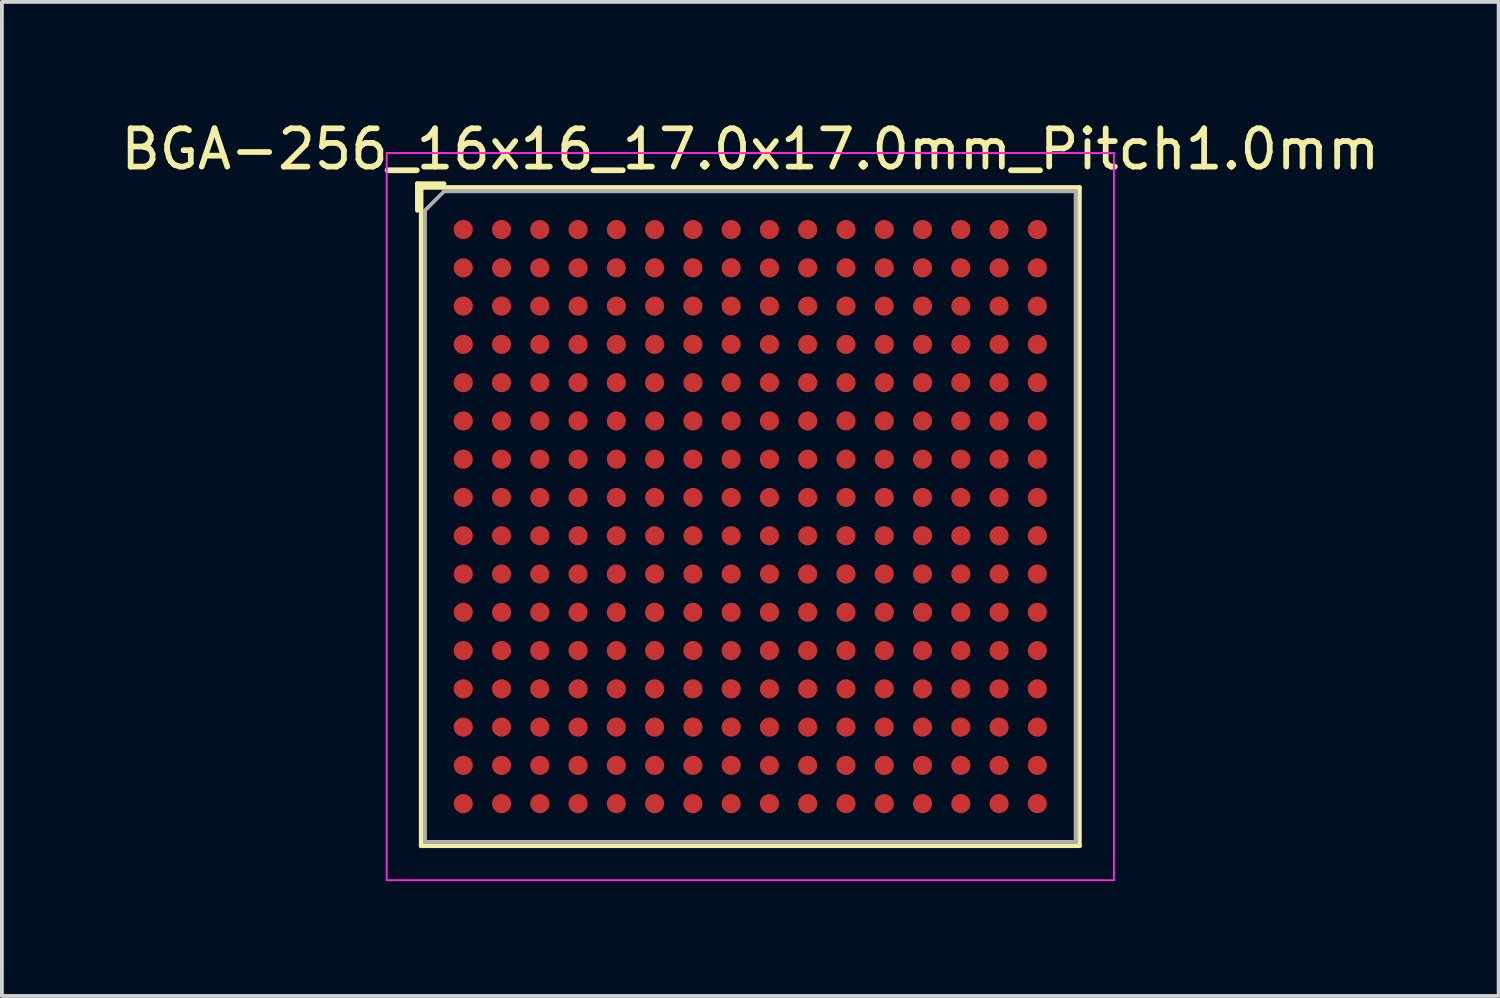
<source format=kicad_pcb>
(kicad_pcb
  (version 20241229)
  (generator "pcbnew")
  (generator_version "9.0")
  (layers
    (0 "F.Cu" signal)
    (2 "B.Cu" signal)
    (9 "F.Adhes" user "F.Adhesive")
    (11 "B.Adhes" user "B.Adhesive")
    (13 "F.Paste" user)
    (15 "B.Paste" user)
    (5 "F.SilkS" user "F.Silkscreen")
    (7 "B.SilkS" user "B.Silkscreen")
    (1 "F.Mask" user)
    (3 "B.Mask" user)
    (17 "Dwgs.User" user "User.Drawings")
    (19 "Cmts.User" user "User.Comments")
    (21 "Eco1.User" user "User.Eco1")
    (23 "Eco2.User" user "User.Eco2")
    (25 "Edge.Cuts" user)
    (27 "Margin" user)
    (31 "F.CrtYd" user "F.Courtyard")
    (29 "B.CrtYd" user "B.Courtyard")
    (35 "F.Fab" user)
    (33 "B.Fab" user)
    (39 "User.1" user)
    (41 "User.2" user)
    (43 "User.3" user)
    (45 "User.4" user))
  (footprint "BGA-256_16x16_17.0x17.0mm_Pitch1.0mm"
    (layer "F.Cu")
    (at 16.554 10.448)
    (property "Reference" "BGA-256_16x16_17.0x17.0mm_Pitch1.0mm" (at 0 -9.6 0) (layer "F.SilkS") (effects (font (size 1 1) (thickness 0.15))))
    (attr smd)
    (fp_line (start -8.7 -8.7) (end -8.7 -8) (stroke (width 0.12) (type solid)) (layer "F.SilkS"))
    (fp_line (start -8.6 -8.6) (end -8.6 8.6) (stroke (width 0.12) (type solid)) (layer "F.SilkS"))
    (fp_line (start -8.6 8.6) (end 8.6 8.6) (stroke (width 0.12) (type solid)) (layer "F.SilkS"))
    (fp_line (start -8 -8.7) (end -8.7 -8.7) (stroke (width 0.12) (type solid)) (layer "F.SilkS"))
    (fp_line (start 8.6 -8.6) (end -8.6 -8.6) (stroke (width 0.12) (type solid)) (layer "F.SilkS"))
    (fp_line (start 8.6 8.6) (end 8.6 -8.6) (stroke (width 0.12) (type solid)) (layer "F.SilkS"))
    (fp_line (start -9.5 -9.5) (end -9.5 9.5) (stroke (width 0.05) (type solid)) (layer "F.CrtYd"))
    (fp_line (start -9.5 -9.5) (end 9.5 -9.5) (stroke (width 0.05) (type solid)) (layer "F.CrtYd"))
    (fp_line (start 9.5 9.5) (end -9.5 9.5) (stroke (width 0.05) (type solid)) (layer "F.CrtYd"))
    (fp_line (start 9.5 9.5) (end 9.5 -9.5) (stroke (width 0.05) (type solid)) (layer "F.CrtYd"))
    (fp_line (start -8.5 -8) (end -8.5 8.5) (stroke (width 0.1) (type solid)) (layer "F.Fab"))
    (fp_line (start -8.5 8.5) (end 8.5 8.5) (stroke (width 0.1) (type solid)) (layer "F.Fab"))
    (fp_line (start -8 -8.5) (end -8.5 -8) (stroke (width 0.1) (type solid)) (layer "F.Fab"))
    (fp_line (start 8.5 -8.5) (end -8 -8.5) (stroke (width 0.1) (type solid)) (layer "F.Fab"))
    (fp_line (start 8.5 8.5) (end 8.5 -8.5) (stroke (width 0.1) (type solid)) (layer "F.Fab"))
    (pad "A1" smd circle (at -7.5 -7.5) (size 0.5 0.5) (layers "F.Cu" "F.Mask" "F.Paste"))
    (pad "A2" smd circle (at -6.5 -7.5) (size 0.5 0.5) (layers "F.Cu" "F.Mask" "F.Paste"))
    (pad "A3" smd circle (at -5.5 -7.5) (size 0.5 0.5) (layers "F.Cu" "F.Mask" "F.Paste"))
    (pad "A4" smd circle (at -4.5 -7.5) (size 0.5 0.5) (layers "F.Cu" "F.Mask" "F.Paste"))
    (pad "A5" smd circle (at -3.5 -7.5) (size 0.5 0.5) (layers "F.Cu" "F.Mask" "F.Paste"))
    (pad "A6" smd circle (at -2.5 -7.5) (size 0.5 0.5) (layers "F.Cu" "F.Mask" "F.Paste"))
    (pad "A7" smd circle (at -1.5 -7.5) (size 0.5 0.5) (layers "F.Cu" "F.Mask" "F.Paste"))
    (pad "A8" smd circle (at -0.5 -7.5) (size 0.5 0.5) (layers "F.Cu" "F.Mask" "F.Paste"))
    (pad "A9" smd circle (at 0.5 -7.5) (size 0.5 0.5) (layers "F.Cu" "F.Mask" "F.Paste"))
    (pad "A10" smd circle (at 1.5 -7.5) (size 0.5 0.5) (layers "F.Cu" "F.Mask" "F.Paste"))
    (pad "A11" smd circle (at 2.5 -7.5) (size 0.5 0.5) (layers "F.Cu" "F.Mask" "F.Paste"))
    (pad "A12" smd circle (at 3.5 -7.5) (size 0.5 0.5) (layers "F.Cu" "F.Mask" "F.Paste"))
    (pad "A13" smd circle (at 4.5 -7.5) (size 0.5 0.5) (layers "F.Cu" "F.Mask" "F.Paste"))
    (pad "A14" smd circle (at 5.5 -7.5) (size 0.5 0.5) (layers "F.Cu" "F.Mask" "F.Paste"))
    (pad "A15" smd circle (at 6.5 -7.5) (size 0.5 0.5) (layers "F.Cu" "F.Mask" "F.Paste"))
    (pad "A16" smd circle (at 7.5 -7.5) (size 0.5 0.5) (layers "F.Cu" "F.Mask" "F.Paste"))
    (pad "B1" smd circle (at -7.5 -6.5) (size 0.5 0.5) (layers "F.Cu" "F.Mask" "F.Paste"))
    (pad "B2" smd circle (at -6.5 -6.5) (size 0.5 0.5) (layers "F.Cu" "F.Mask" "F.Paste"))
    (pad "B3" smd circle (at -5.5 -6.5) (size 0.5 0.5) (layers "F.Cu" "F.Mask" "F.Paste"))
    (pad "B4" smd circle (at -4.5 -6.5) (size 0.5 0.5) (layers "F.Cu" "F.Mask" "F.Paste"))
    (pad "B5" smd circle (at -3.5 -6.5) (size 0.5 0.5) (layers "F.Cu" "F.Mask" "F.Paste"))
    (pad "B6" smd circle (at -2.5 -6.5) (size 0.5 0.5) (layers "F.Cu" "F.Mask" "F.Paste"))
    (pad "B7" smd circle (at -1.5 -6.5) (size 0.5 0.5) (layers "F.Cu" "F.Mask" "F.Paste"))
    (pad "B8" smd circle (at -0.5 -6.5) (size 0.5 0.5) (layers "F.Cu" "F.Mask" "F.Paste"))
    (pad "B9" smd circle (at 0.5 -6.5) (size 0.5 0.5) (layers "F.Cu" "F.Mask" "F.Paste"))
    (pad "B10" smd circle (at 1.5 -6.5) (size 0.5 0.5) (layers "F.Cu" "F.Mask" "F.Paste"))
    (pad "B11" smd circle (at 2.5 -6.5) (size 0.5 0.5) (layers "F.Cu" "F.Mask" "F.Paste"))
    (pad "B12" smd circle (at 3.5 -6.5) (size 0.5 0.5) (layers "F.Cu" "F.Mask" "F.Paste"))
    (pad "B13" smd circle (at 4.5 -6.5) (size 0.5 0.5) (layers "F.Cu" "F.Mask" "F.Paste"))
    (pad "B14" smd circle (at 5.5 -6.5) (size 0.5 0.5) (layers "F.Cu" "F.Mask" "F.Paste"))
    (pad "B15" smd circle (at 6.5 -6.5) (size 0.5 0.5) (layers "F.Cu" "F.Mask" "F.Paste"))
    (pad "B16" smd circle (at 7.5 -6.5) (size 0.5 0.5) (layers "F.Cu" "F.Mask" "F.Paste"))
    (pad "C1" smd circle (at -7.5 -5.5) (size 0.5 0.5) (layers "F.Cu" "F.Mask" "F.Paste"))
    (pad "C2" smd circle (at -6.5 -5.5) (size 0.5 0.5) (layers "F.Cu" "F.Mask" "F.Paste"))
    (pad "C3" smd circle (at -5.5 -5.5) (size 0.5 0.5) (layers "F.Cu" "F.Mask" "F.Paste"))
    (pad "C4" smd circle (at -4.5 -5.5) (size 0.5 0.5) (layers "F.Cu" "F.Mask" "F.Paste"))
    (pad "C5" smd circle (at -3.5 -5.5) (size 0.5 0.5) (layers "F.Cu" "F.Mask" "F.Paste"))
    (pad "C6" smd circle (at -2.5 -5.5) (size 0.5 0.5) (layers "F.Cu" "F.Mask" "F.Paste"))
    (pad "C7" smd circle (at -1.5 -5.5) (size 0.5 0.5) (layers "F.Cu" "F.Mask" "F.Paste"))
    (pad "C8" smd circle (at -0.5 -5.5) (size 0.5 0.5) (layers "F.Cu" "F.Mask" "F.Paste"))
    (pad "C9" smd circle (at 0.5 -5.5) (size 0.5 0.5) (layers "F.Cu" "F.Mask" "F.Paste"))
    (pad "C10" smd circle (at 1.5 -5.5) (size 0.5 0.5) (layers "F.Cu" "F.Mask" "F.Paste"))
    (pad "C11" smd circle (at 2.5 -5.5) (size 0.5 0.5) (layers "F.Cu" "F.Mask" "F.Paste"))
    (pad "C12" smd circle (at 3.5 -5.5) (size 0.5 0.5) (layers "F.Cu" "F.Mask" "F.Paste"))
    (pad "C13" smd circle (at 4.5 -5.5) (size 0.5 0.5) (layers "F.Cu" "F.Mask" "F.Paste"))
    (pad "C14" smd circle (at 5.5 -5.5) (size 0.5 0.5) (layers "F.Cu" "F.Mask" "F.Paste"))
    (pad "C15" smd circle (at 6.5 -5.5) (size 0.5 0.5) (layers "F.Cu" "F.Mask" "F.Paste"))
    (pad "C16" smd circle (at 7.5 -5.5) (size 0.5 0.5) (layers "F.Cu" "F.Mask" "F.Paste"))
    (pad "D1" smd circle (at -7.5 -4.5) (size 0.5 0.5) (layers "F.Cu" "F.Mask" "F.Paste"))
    (pad "D2" smd circle (at -6.5 -4.5) (size 0.5 0.5) (layers "F.Cu" "F.Mask" "F.Paste"))
    (pad "D3" smd circle (at -5.5 -4.5) (size 0.5 0.5) (layers "F.Cu" "F.Mask" "F.Paste"))
    (pad "D4" smd circle (at -4.5 -4.5) (size 0.5 0.5) (layers "F.Cu" "F.Mask" "F.Paste"))
    (pad "D5" smd circle (at -3.5 -4.5) (size 0.5 0.5) (layers "F.Cu" "F.Mask" "F.Paste"))
    (pad "D6" smd circle (at -2.5 -4.5) (size 0.5 0.5) (layers "F.Cu" "F.Mask" "F.Paste"))
    (pad "D7" smd circle (at -1.5 -4.5) (size 0.5 0.5) (layers "F.Cu" "F.Mask" "F.Paste"))
    (pad "D8" smd circle (at -0.5 -4.5) (size 0.5 0.5) (layers "F.Cu" "F.Mask" "F.Paste"))
    (pad "D9" smd circle (at 0.5 -4.5) (size 0.5 0.5) (layers "F.Cu" "F.Mask" "F.Paste"))
    (pad "D10" smd circle (at 1.5 -4.5) (size 0.5 0.5) (layers "F.Cu" "F.Mask" "F.Paste"))
    (pad "D11" smd circle (at 2.5 -4.5) (size 0.5 0.5) (layers "F.Cu" "F.Mask" "F.Paste"))
    (pad "D12" smd circle (at 3.5 -4.5) (size 0.5 0.5) (layers "F.Cu" "F.Mask" "F.Paste"))
    (pad "D13" smd circle (at 4.5 -4.5) (size 0.5 0.5) (layers "F.Cu" "F.Mask" "F.Paste"))
    (pad "D14" smd circle (at 5.5 -4.5) (size 0.5 0.5) (layers "F.Cu" "F.Mask" "F.Paste"))
    (pad "D15" smd circle (at 6.5 -4.5) (size 0.5 0.5) (layers "F.Cu" "F.Mask" "F.Paste"))
    (pad "D16" smd circle (at 7.5 -4.5) (size 0.5 0.5) (layers "F.Cu" "F.Mask" "F.Paste"))
    (pad "E1" smd circle (at -7.5 -3.5) (size 0.5 0.5) (layers "F.Cu" "F.Mask" "F.Paste"))
    (pad "E2" smd circle (at -6.5 -3.5) (size 0.5 0.5) (layers "F.Cu" "F.Mask" "F.Paste"))
    (pad "E3" smd circle (at -5.5 -3.5) (size 0.5 0.5) (layers "F.Cu" "F.Mask" "F.Paste"))
    (pad "E4" smd circle (at -4.5 -3.5) (size 0.5 0.5) (layers "F.Cu" "F.Mask" "F.Paste"))
    (pad "E5" smd circle (at -3.5 -3.5) (size 0.5 0.5) (layers "F.Cu" "F.Mask" "F.Paste"))
    (pad "E6" smd circle (at -2.5 -3.5) (size 0.5 0.5) (layers "F.Cu" "F.Mask" "F.Paste"))
    (pad "E7" smd circle (at -1.5 -3.5) (size 0.5 0.5) (layers "F.Cu" "F.Mask" "F.Paste"))
    (pad "E8" smd circle (at -0.5 -3.5) (size 0.5 0.5) (layers "F.Cu" "F.Mask" "F.Paste"))
    (pad "E9" smd circle (at 0.5 -3.5) (size 0.5 0.5) (layers "F.Cu" "F.Mask" "F.Paste"))
    (pad "E10" smd circle (at 1.5 -3.5) (size 0.5 0.5) (layers "F.Cu" "F.Mask" "F.Paste"))
    (pad "E11" smd circle (at 2.5 -3.5) (size 0.5 0.5) (layers "F.Cu" "F.Mask" "F.Paste"))
    (pad "E12" smd circle (at 3.5 -3.5) (size 0.5 0.5) (layers "F.Cu" "F.Mask" "F.Paste"))
    (pad "E13" smd circle (at 4.5 -3.5) (size 0.5 0.5) (layers "F.Cu" "F.Mask" "F.Paste"))
    (pad "E14" smd circle (at 5.5 -3.5) (size 0.5 0.5) (layers "F.Cu" "F.Mask" "F.Paste"))
    (pad "E15" smd circle (at 6.5 -3.5) (size 0.5 0.5) (layers "F.Cu" "F.Mask" "F.Paste"))
    (pad "E16" smd circle (at 7.5 -3.5) (size 0.5 0.5) (layers "F.Cu" "F.Mask" "F.Paste"))
    (pad "F1" smd circle (at -7.5 -2.5) (size 0.5 0.5) (layers "F.Cu" "F.Mask" "F.Paste"))
    (pad "F2" smd circle (at -6.5 -2.5) (size 0.5 0.5) (layers "F.Cu" "F.Mask" "F.Paste"))
    (pad "F3" smd circle (at -5.5 -2.5) (size 0.5 0.5) (layers "F.Cu" "F.Mask" "F.Paste"))
    (pad "F4" smd circle (at -4.5 -2.5) (size 0.5 0.5) (layers "F.Cu" "F.Mask" "F.Paste"))
    (pad "F5" smd circle (at -3.5 -2.5) (size 0.5 0.5) (layers "F.Cu" "F.Mask" "F.Paste"))
    (pad "F6" smd circle (at -2.5 -2.5) (size 0.5 0.5) (layers "F.Cu" "F.Mask" "F.Paste"))
    (pad "F7" smd circle (at -1.5 -2.5) (size 0.5 0.5) (layers "F.Cu" "F.Mask" "F.Paste"))
    (pad "F8" smd circle (at -0.5 -2.5) (size 0.5 0.5) (layers "F.Cu" "F.Mask" "F.Paste"))
    (pad "F9" smd circle (at 0.5 -2.5) (size 0.5 0.5) (layers "F.Cu" "F.Mask" "F.Paste"))
    (pad "F10" smd circle (at 1.5 -2.5) (size 0.5 0.5) (layers "F.Cu" "F.Mask" "F.Paste"))
    (pad "F11" smd circle (at 2.5 -2.5) (size 0.5 0.5) (layers "F.Cu" "F.Mask" "F.Paste"))
    (pad "F12" smd circle (at 3.5 -2.5) (size 0.5 0.5) (layers "F.Cu" "F.Mask" "F.Paste"))
    (pad "F13" smd circle (at 4.5 -2.5) (size 0.5 0.5) (layers "F.Cu" "F.Mask" "F.Paste"))
    (pad "F14" smd circle (at 5.5 -2.5) (size 0.5 0.5) (layers "F.Cu" "F.Mask" "F.Paste"))
    (pad "F15" smd circle (at 6.5 -2.5) (size 0.5 0.5) (layers "F.Cu" "F.Mask" "F.Paste"))
    (pad "F16" smd circle (at 7.5 -2.5) (size 0.5 0.5) (layers "F.Cu" "F.Mask" "F.Paste"))
    (pad "G1" smd circle (at -7.5 -1.5) (size 0.5 0.5) (layers "F.Cu" "F.Mask" "F.Paste"))
    (pad "G2" smd circle (at -6.5 -1.5) (size 0.5 0.5) (layers "F.Cu" "F.Mask" "F.Paste"))
    (pad "G3" smd circle (at -5.5 -1.5) (size 0.5 0.5) (layers "F.Cu" "F.Mask" "F.Paste"))
    (pad "G4" smd circle (at -4.5 -1.5) (size 0.5 0.5) (layers "F.Cu" "F.Mask" "F.Paste"))
    (pad "G5" smd circle (at -3.5 -1.5) (size 0.5 0.5) (layers "F.Cu" "F.Mask" "F.Paste"))
    (pad "G6" smd circle (at -2.5 -1.5) (size 0.5 0.5) (layers "F.Cu" "F.Mask" "F.Paste"))
    (pad "G7" smd circle (at -1.5 -1.5) (size 0.5 0.5) (layers "F.Cu" "F.Mask" "F.Paste"))
    (pad "G8" smd circle (at -0.5 -1.5) (size 0.5 0.5) (layers "F.Cu" "F.Mask" "F.Paste"))
    (pad "G9" smd circle (at 0.5 -1.5) (size 0.5 0.5) (layers "F.Cu" "F.Mask" "F.Paste"))
    (pad "G10" smd circle (at 1.5 -1.5) (size 0.5 0.5) (layers "F.Cu" "F.Mask" "F.Paste"))
    (pad "G11" smd circle (at 2.5 -1.5) (size 0.5 0.5) (layers "F.Cu" "F.Mask" "F.Paste"))
    (pad "G12" smd circle (at 3.5 -1.5) (size 0.5 0.5) (layers "F.Cu" "F.Mask" "F.Paste"))
    (pad "G13" smd circle (at 4.5 -1.5) (size 0.5 0.5) (layers "F.Cu" "F.Mask" "F.Paste"))
    (pad "G14" smd circle (at 5.5 -1.5) (size 0.5 0.5) (layers "F.Cu" "F.Mask" "F.Paste"))
    (pad "G15" smd circle (at 6.5 -1.5) (size 0.5 0.5) (layers "F.Cu" "F.Mask" "F.Paste"))
    (pad "G16" smd circle (at 7.5 -1.5) (size 0.5 0.5) (layers "F.Cu" "F.Mask" "F.Paste"))
    (pad "H1" smd circle (at -7.5 -0.5) (size 0.5 0.5) (layers "F.Cu" "F.Mask" "F.Paste"))
    (pad "H2" smd circle (at -6.5 -0.5) (size 0.5 0.5) (layers "F.Cu" "F.Mask" "F.Paste"))
    (pad "H3" smd circle (at -5.5 -0.5) (size 0.5 0.5) (layers "F.Cu" "F.Mask" "F.Paste"))
    (pad "H4" smd circle (at -4.5 -0.5) (size 0.5 0.5) (layers "F.Cu" "F.Mask" "F.Paste"))
    (pad "H5" smd circle (at -3.5 -0.5) (size 0.5 0.5) (layers "F.Cu" "F.Mask" "F.Paste"))
    (pad "H6" smd circle (at -2.5 -0.5) (size 0.5 0.5) (layers "F.Cu" "F.Mask" "F.Paste"))
    (pad "H7" smd circle (at -1.5 -0.5) (size 0.5 0.5) (layers "F.Cu" "F.Mask" "F.Paste"))
    (pad "H8" smd circle (at -0.5 -0.5) (size 0.5 0.5) (layers "F.Cu" "F.Mask" "F.Paste"))
    (pad "H9" smd circle (at 0.5 -0.5) (size 0.5 0.5) (layers "F.Cu" "F.Mask" "F.Paste"))
    (pad "H10" smd circle (at 1.5 -0.5) (size 0.5 0.5) (layers "F.Cu" "F.Mask" "F.Paste"))
    (pad "H11" smd circle (at 2.5 -0.5) (size 0.5 0.5) (layers "F.Cu" "F.Mask" "F.Paste"))
    (pad "H12" smd circle (at 3.5 -0.5) (size 0.5 0.5) (layers "F.Cu" "F.Mask" "F.Paste"))
    (pad "H13" smd circle (at 4.5 -0.5) (size 0.5 0.5) (layers "F.Cu" "F.Mask" "F.Paste"))
    (pad "H14" smd circle (at 5.5 -0.5) (size 0.5 0.5) (layers "F.Cu" "F.Mask" "F.Paste"))
    (pad "H15" smd circle (at 6.5 -0.5) (size 0.5 0.5) (layers "F.Cu" "F.Mask" "F.Paste"))
    (pad "H16" smd circle (at 7.5 -0.5) (size 0.5 0.5) (layers "F.Cu" "F.Mask" "F.Paste"))
    (pad "J1" smd circle (at -7.5 0.5) (size 0.5 0.5) (layers "F.Cu" "F.Mask" "F.Paste"))
    (pad "J2" smd circle (at -6.5 0.5) (size 0.5 0.5) (layers "F.Cu" "F.Mask" "F.Paste"))
    (pad "J3" smd circle (at -5.5 0.5) (size 0.5 0.5) (layers "F.Cu" "F.Mask" "F.Paste"))
    (pad "J4" smd circle (at -4.5 0.5) (size 0.5 0.5) (layers "F.Cu" "F.Mask" "F.Paste"))
    (pad "J5" smd circle (at -3.5 0.5) (size 0.5 0.5) (layers "F.Cu" "F.Mask" "F.Paste"))
    (pad "J6" smd circle (at -2.5 0.5) (size 0.5 0.5) (layers "F.Cu" "F.Mask" "F.Paste"))
    (pad "J7" smd circle (at -1.5 0.5) (size 0.5 0.5) (layers "F.Cu" "F.Mask" "F.Paste"))
    (pad "J8" smd circle (at -0.5 0.5) (size 0.5 0.5) (layers "F.Cu" "F.Mask" "F.Paste"))
    (pad "J9" smd circle (at 0.5 0.5) (size 0.5 0.5) (layers "F.Cu" "F.Mask" "F.Paste"))
    (pad "J10" smd circle (at 1.5 0.5) (size 0.5 0.5) (layers "F.Cu" "F.Mask" "F.Paste"))
    (pad "J11" smd circle (at 2.5 0.5) (size 0.5 0.5) (layers "F.Cu" "F.Mask" "F.Paste"))
    (pad "J12" smd circle (at 3.5 0.5) (size 0.5 0.5) (layers "F.Cu" "F.Mask" "F.Paste"))
    (pad "J13" smd circle (at 4.5 0.5) (size 0.5 0.5) (layers "F.Cu" "F.Mask" "F.Paste"))
    (pad "J14" smd circle (at 5.5 0.5) (size 0.5 0.5) (layers "F.Cu" "F.Mask" "F.Paste"))
    (pad "J15" smd circle (at 6.5 0.5) (size 0.5 0.5) (layers "F.Cu" "F.Mask" "F.Paste"))
    (pad "J16" smd circle (at 7.5 0.5) (size 0.5 0.5) (layers "F.Cu" "F.Mask" "F.Paste"))
    (pad "K1" smd circle (at -7.5 1.5) (size 0.5 0.5) (layers "F.Cu" "F.Mask" "F.Paste"))
    (pad "K2" smd circle (at -6.5 1.5) (size 0.5 0.5) (layers "F.Cu" "F.Mask" "F.Paste"))
    (pad "K3" smd circle (at -5.5 1.5) (size 0.5 0.5) (layers "F.Cu" "F.Mask" "F.Paste"))
    (pad "K4" smd circle (at -4.5 1.5) (size 0.5 0.5) (layers "F.Cu" "F.Mask" "F.Paste"))
    (pad "K5" smd circle (at -3.5 1.5) (size 0.5 0.5) (layers "F.Cu" "F.Mask" "F.Paste"))
    (pad "K6" smd circle (at -2.5 1.5) (size 0.5 0.5) (layers "F.Cu" "F.Mask" "F.Paste"))
    (pad "K7" smd circle (at -1.5 1.5) (size 0.5 0.5) (layers "F.Cu" "F.Mask" "F.Paste"))
    (pad "K8" smd circle (at -0.5 1.5) (size 0.5 0.5) (layers "F.Cu" "F.Mask" "F.Paste"))
    (pad "K9" smd circle (at 0.5 1.5) (size 0.5 0.5) (layers "F.Cu" "F.Mask" "F.Paste"))
    (pad "K10" smd circle (at 1.5 1.5) (size 0.5 0.5) (layers "F.Cu" "F.Mask" "F.Paste"))
    (pad "K11" smd circle (at 2.5 1.5) (size 0.5 0.5) (layers "F.Cu" "F.Mask" "F.Paste"))
    (pad "K12" smd circle (at 3.5 1.5) (size 0.5 0.5) (layers "F.Cu" "F.Mask" "F.Paste"))
    (pad "K13" smd circle (at 4.5 1.5) (size 0.5 0.5) (layers "F.Cu" "F.Mask" "F.Paste"))
    (pad "K14" smd circle (at 5.5 1.5) (size 0.5 0.5) (layers "F.Cu" "F.Mask" "F.Paste"))
    (pad "K15" smd circle (at 6.5 1.5) (size 0.5 0.5) (layers "F.Cu" "F.Mask" "F.Paste"))
    (pad "K16" smd circle (at 7.5 1.5) (size 0.5 0.5) (layers "F.Cu" "F.Mask" "F.Paste"))
    (pad "L1" smd circle (at -7.5 2.5) (size 0.5 0.5) (layers "F.Cu" "F.Mask" "F.Paste"))
    (pad "L2" smd circle (at -6.5 2.5) (size 0.5 0.5) (layers "F.Cu" "F.Mask" "F.Paste"))
    (pad "L3" smd circle (at -5.5 2.5) (size 0.5 0.5) (layers "F.Cu" "F.Mask" "F.Paste"))
    (pad "L4" smd circle (at -4.5 2.5) (size 0.5 0.5) (layers "F.Cu" "F.Mask" "F.Paste"))
    (pad "L5" smd circle (at -3.5 2.5) (size 0.5 0.5) (layers "F.Cu" "F.Mask" "F.Paste"))
    (pad "L6" smd circle (at -2.5 2.5) (size 0.5 0.5) (layers "F.Cu" "F.Mask" "F.Paste"))
    (pad "L7" smd circle (at -1.5 2.5) (size 0.5 0.5) (layers "F.Cu" "F.Mask" "F.Paste"))
    (pad "L8" smd circle (at -0.5 2.5) (size 0.5 0.5) (layers "F.Cu" "F.Mask" "F.Paste"))
    (pad "L9" smd circle (at 0.5 2.5) (size 0.5 0.5) (layers "F.Cu" "F.Mask" "F.Paste"))
    (pad "L10" smd circle (at 1.5 2.5) (size 0.5 0.5) (layers "F.Cu" "F.Mask" "F.Paste"))
    (pad "L11" smd circle (at 2.5 2.5) (size 0.5 0.5) (layers "F.Cu" "F.Mask" "F.Paste"))
    (pad "L12" smd circle (at 3.5 2.5) (size 0.5 0.5) (layers "F.Cu" "F.Mask" "F.Paste"))
    (pad "L13" smd circle (at 4.5 2.5) (size 0.5 0.5) (layers "F.Cu" "F.Mask" "F.Paste"))
    (pad "L14" smd circle (at 5.5 2.5) (size 0.5 0.5) (layers "F.Cu" "F.Mask" "F.Paste"))
    (pad "L15" smd circle (at 6.5 2.5) (size 0.5 0.5) (layers "F.Cu" "F.Mask" "F.Paste"))
    (pad "L16" smd circle (at 7.5 2.5) (size 0.5 0.5) (layers "F.Cu" "F.Mask" "F.Paste"))
    (pad "M1" smd circle (at -7.5 3.5) (size 0.5 0.5) (layers "F.Cu" "F.Mask" "F.Paste"))
    (pad "M2" smd circle (at -6.5 3.5) (size 0.5 0.5) (layers "F.Cu" "F.Mask" "F.Paste"))
    (pad "M3" smd circle (at -5.5 3.5) (size 0.5 0.5) (layers "F.Cu" "F.Mask" "F.Paste"))
    (pad "M4" smd circle (at -4.5 3.5) (size 0.5 0.5) (layers "F.Cu" "F.Mask" "F.Paste"))
    (pad "M5" smd circle (at -3.5 3.5) (size 0.5 0.5) (layers "F.Cu" "F.Mask" "F.Paste"))
    (pad "M6" smd circle (at -2.5 3.5) (size 0.5 0.5) (layers "F.Cu" "F.Mask" "F.Paste"))
    (pad "M7" smd circle (at -1.5 3.5) (size 0.5 0.5) (layers "F.Cu" "F.Mask" "F.Paste"))
    (pad "M8" smd circle (at -0.5 3.5) (size 0.5 0.5) (layers "F.Cu" "F.Mask" "F.Paste"))
    (pad "M9" smd circle (at 0.5 3.5) (size 0.5 0.5) (layers "F.Cu" "F.Mask" "F.Paste"))
    (pad "M10" smd circle (at 1.5 3.5) (size 0.5 0.5) (layers "F.Cu" "F.Mask" "F.Paste"))
    (pad "M11" smd circle (at 2.5 3.5) (size 0.5 0.5) (layers "F.Cu" "F.Mask" "F.Paste"))
    (pad "M12" smd circle (at 3.5 3.5) (size 0.5 0.5) (layers "F.Cu" "F.Mask" "F.Paste"))
    (pad "M13" smd circle (at 4.5 3.5) (size 0.5 0.5) (layers "F.Cu" "F.Mask" "F.Paste"))
    (pad "M14" smd circle (at 5.5 3.5) (size 0.5 0.5) (layers "F.Cu" "F.Mask" "F.Paste"))
    (pad "M15" smd circle (at 6.5 3.5) (size 0.5 0.5) (layers "F.Cu" "F.Mask" "F.Paste"))
    (pad "M16" smd circle (at 7.5 3.5) (size 0.5 0.5) (layers "F.Cu" "F.Mask" "F.Paste"))
    (pad "N1" smd circle (at -7.5 4.5) (size 0.5 0.5) (layers "F.Cu" "F.Mask" "F.Paste"))
    (pad "N2" smd circle (at -6.5 4.5) (size 0.5 0.5) (layers "F.Cu" "F.Mask" "F.Paste"))
    (pad "N3" smd circle (at -5.5 4.5) (size 0.5 0.5) (layers "F.Cu" "F.Mask" "F.Paste"))
    (pad "N4" smd circle (at -4.5 4.5) (size 0.5 0.5) (layers "F.Cu" "F.Mask" "F.Paste"))
    (pad "N5" smd circle (at -3.5 4.5) (size 0.5 0.5) (layers "F.Cu" "F.Mask" "F.Paste"))
    (pad "N6" smd circle (at -2.5 4.5) (size 0.5 0.5) (layers "F.Cu" "F.Mask" "F.Paste"))
    (pad "N7" smd circle (at -1.5 4.5) (size 0.5 0.5) (layers "F.Cu" "F.Mask" "F.Paste"))
    (pad "N8" smd circle (at -0.5 4.5) (size 0.5 0.5) (layers "F.Cu" "F.Mask" "F.Paste"))
    (pad "N9" smd circle (at 0.5 4.5) (size 0.5 0.5) (layers "F.Cu" "F.Mask" "F.Paste"))
    (pad "N10" smd circle (at 1.5 4.5) (size 0.5 0.5) (layers "F.Cu" "F.Mask" "F.Paste"))
    (pad "N11" smd circle (at 2.5 4.5) (size 0.5 0.5) (layers "F.Cu" "F.Mask" "F.Paste"))
    (pad "N12" smd circle (at 3.5 4.5) (size 0.5 0.5) (layers "F.Cu" "F.Mask" "F.Paste"))
    (pad "N13" smd circle (at 4.5 4.5) (size 0.5 0.5) (layers "F.Cu" "F.Mask" "F.Paste"))
    (pad "N14" smd circle (at 5.5 4.5) (size 0.5 0.5) (layers "F.Cu" "F.Mask" "F.Paste"))
    (pad "N15" smd circle (at 6.5 4.5) (size 0.5 0.5) (layers "F.Cu" "F.Mask" "F.Paste"))
    (pad "N16" smd circle (at 7.5 4.5) (size 0.5 0.5) (layers "F.Cu" "F.Mask" "F.Paste"))
    (pad "P1" smd circle (at -7.5 5.5) (size 0.5 0.5) (layers "F.Cu" "F.Mask" "F.Paste"))
    (pad "P2" smd circle (at -6.5 5.5) (size 0.5 0.5) (layers "F.Cu" "F.Mask" "F.Paste"))
    (pad "P3" smd circle (at -5.5 5.5) (size 0.5 0.5) (layers "F.Cu" "F.Mask" "F.Paste"))
    (pad "P4" smd circle (at -4.5 5.5) (size 0.5 0.5) (layers "F.Cu" "F.Mask" "F.Paste"))
    (pad "P5" smd circle (at -3.5 5.5) (size 0.5 0.5) (layers "F.Cu" "F.Mask" "F.Paste"))
    (pad "P6" smd circle (at -2.5 5.5) (size 0.5 0.5) (layers "F.Cu" "F.Mask" "F.Paste"))
    (pad "P7" smd circle (at -1.5 5.5) (size 0.5 0.5) (layers "F.Cu" "F.Mask" "F.Paste"))
    (pad "P8" smd circle (at -0.5 5.5) (size 0.5 0.5) (layers "F.Cu" "F.Mask" "F.Paste"))
    (pad "P9" smd circle (at 0.5 5.5) (size 0.5 0.5) (layers "F.Cu" "F.Mask" "F.Paste"))
    (pad "P10" smd circle (at 1.5 5.5) (size 0.5 0.5) (layers "F.Cu" "F.Mask" "F.Paste"))
    (pad "P11" smd circle (at 2.5 5.5) (size 0.5 0.5) (layers "F.Cu" "F.Mask" "F.Paste"))
    (pad "P12" smd circle (at 3.5 5.5) (size 0.5 0.5) (layers "F.Cu" "F.Mask" "F.Paste"))
    (pad "P13" smd circle (at 4.5 5.5) (size 0.5 0.5) (layers "F.Cu" "F.Mask" "F.Paste"))
    (pad "P14" smd circle (at 5.5 5.5) (size 0.5 0.5) (layers "F.Cu" "F.Mask" "F.Paste"))
    (pad "P15" smd circle (at 6.5 5.5) (size 0.5 0.5) (layers "F.Cu" "F.Mask" "F.Paste"))
    (pad "P16" smd circle (at 7.5 5.5) (size 0.5 0.5) (layers "F.Cu" "F.Mask" "F.Paste"))
    (pad "R1" smd circle (at -7.5 6.5) (size 0.5 0.5) (layers "F.Cu" "F.Mask" "F.Paste"))
    (pad "R2" smd circle (at -6.5 6.5) (size 0.5 0.5) (layers "F.Cu" "F.Mask" "F.Paste"))
    (pad "R3" smd circle (at -5.5 6.5) (size 0.5 0.5) (layers "F.Cu" "F.Mask" "F.Paste"))
    (pad "R4" smd circle (at -4.5 6.5) (size 0.5 0.5) (layers "F.Cu" "F.Mask" "F.Paste"))
    (pad "R5" smd circle (at -3.5 6.5) (size 0.5 0.5) (layers "F.Cu" "F.Mask" "F.Paste"))
    (pad "R6" smd circle (at -2.5 6.5) (size 0.5 0.5) (layers "F.Cu" "F.Mask" "F.Paste"))
    (pad "R7" smd circle (at -1.5 6.5) (size 0.5 0.5) (layers "F.Cu" "F.Mask" "F.Paste"))
    (pad "R8" smd circle (at -0.5 6.5) (size 0.5 0.5) (layers "F.Cu" "F.Mask" "F.Paste"))
    (pad "R9" smd circle (at 0.5 6.5) (size 0.5 0.5) (layers "F.Cu" "F.Mask" "F.Paste"))
    (pad "R10" smd circle (at 1.5 6.5) (size 0.5 0.5) (layers "F.Cu" "F.Mask" "F.Paste"))
    (pad "R11" smd circle (at 2.5 6.5) (size 0.5 0.5) (layers "F.Cu" "F.Mask" "F.Paste"))
    (pad "R12" smd circle (at 3.5 6.5) (size 0.5 0.5) (layers "F.Cu" "F.Mask" "F.Paste"))
    (pad "R13" smd circle (at 4.5 6.5) (size 0.5 0.5) (layers "F.Cu" "F.Mask" "F.Paste"))
    (pad "R14" smd circle (at 5.5 6.5) (size 0.5 0.5) (layers "F.Cu" "F.Mask" "F.Paste"))
    (pad "R15" smd circle (at 6.5 6.5) (size 0.5 0.5) (layers "F.Cu" "F.Mask" "F.Paste"))
    (pad "R16" smd circle (at 7.5 6.5) (size 0.5 0.5) (layers "F.Cu" "F.Mask" "F.Paste"))
    (pad "T1" smd circle (at -7.5 7.5) (size 0.5 0.5) (layers "F.Cu" "F.Mask" "F.Paste"))
    (pad "T2" smd circle (at -6.5 7.5) (size 0.5 0.5) (layers "F.Cu" "F.Mask" "F.Paste"))
    (pad "T3" smd circle (at -5.5 7.5) (size 0.5 0.5) (layers "F.Cu" "F.Mask" "F.Paste"))
    (pad "T4" smd circle (at -4.5 7.5) (size 0.5 0.5) (layers "F.Cu" "F.Mask" "F.Paste"))
    (pad "T5" smd circle (at -3.5 7.5) (size 0.5 0.5) (layers "F.Cu" "F.Mask" "F.Paste"))
    (pad "T6" smd circle (at -2.5 7.5) (size 0.5 0.5) (layers "F.Cu" "F.Mask" "F.Paste"))
    (pad "T7" smd circle (at -1.5 7.5) (size 0.5 0.5) (layers "F.Cu" "F.Mask" "F.Paste"))
    (pad "T8" smd circle (at -0.5 7.5) (size 0.5 0.5) (layers "F.Cu" "F.Mask" "F.Paste"))
    (pad "T9" smd circle (at 0.5 7.5) (size 0.5 0.5) (layers "F.Cu" "F.Mask" "F.Paste"))
    (pad "T10" smd circle (at 1.5 7.5) (size 0.5 0.5) (layers "F.Cu" "F.Mask" "F.Paste"))
    (pad "T11" smd circle (at 2.5 7.5) (size 0.5 0.5) (layers "F.Cu" "F.Mask" "F.Paste"))
    (pad "T12" smd circle (at 3.5 7.5) (size 0.5 0.5) (layers "F.Cu" "F.Mask" "F.Paste"))
    (pad "T13" smd circle (at 4.5 7.5) (size 0.5 0.5) (layers "F.Cu" "F.Mask" "F.Paste"))
    (pad "T14" smd circle (at 5.5 7.5) (size 0.5 0.5) (layers "F.Cu" "F.Mask" "F.Paste"))
    (pad "T15" smd circle (at 6.5 7.5) (size 0.5 0.5) (layers "F.Cu" "F.Mask" "F.Paste"))
    (pad "T16" smd circle (at 7.5 7.5) (size 0.5 0.5) (layers "F.Cu" "F.Mask" "F.Paste")))
  (gr_rect
    (start -3 -3)
    (end 36.107 22.973)
    (stroke (width 0.1) (type default))
    (fill no)
    (layer "Edge.Cuts")))
</source>
